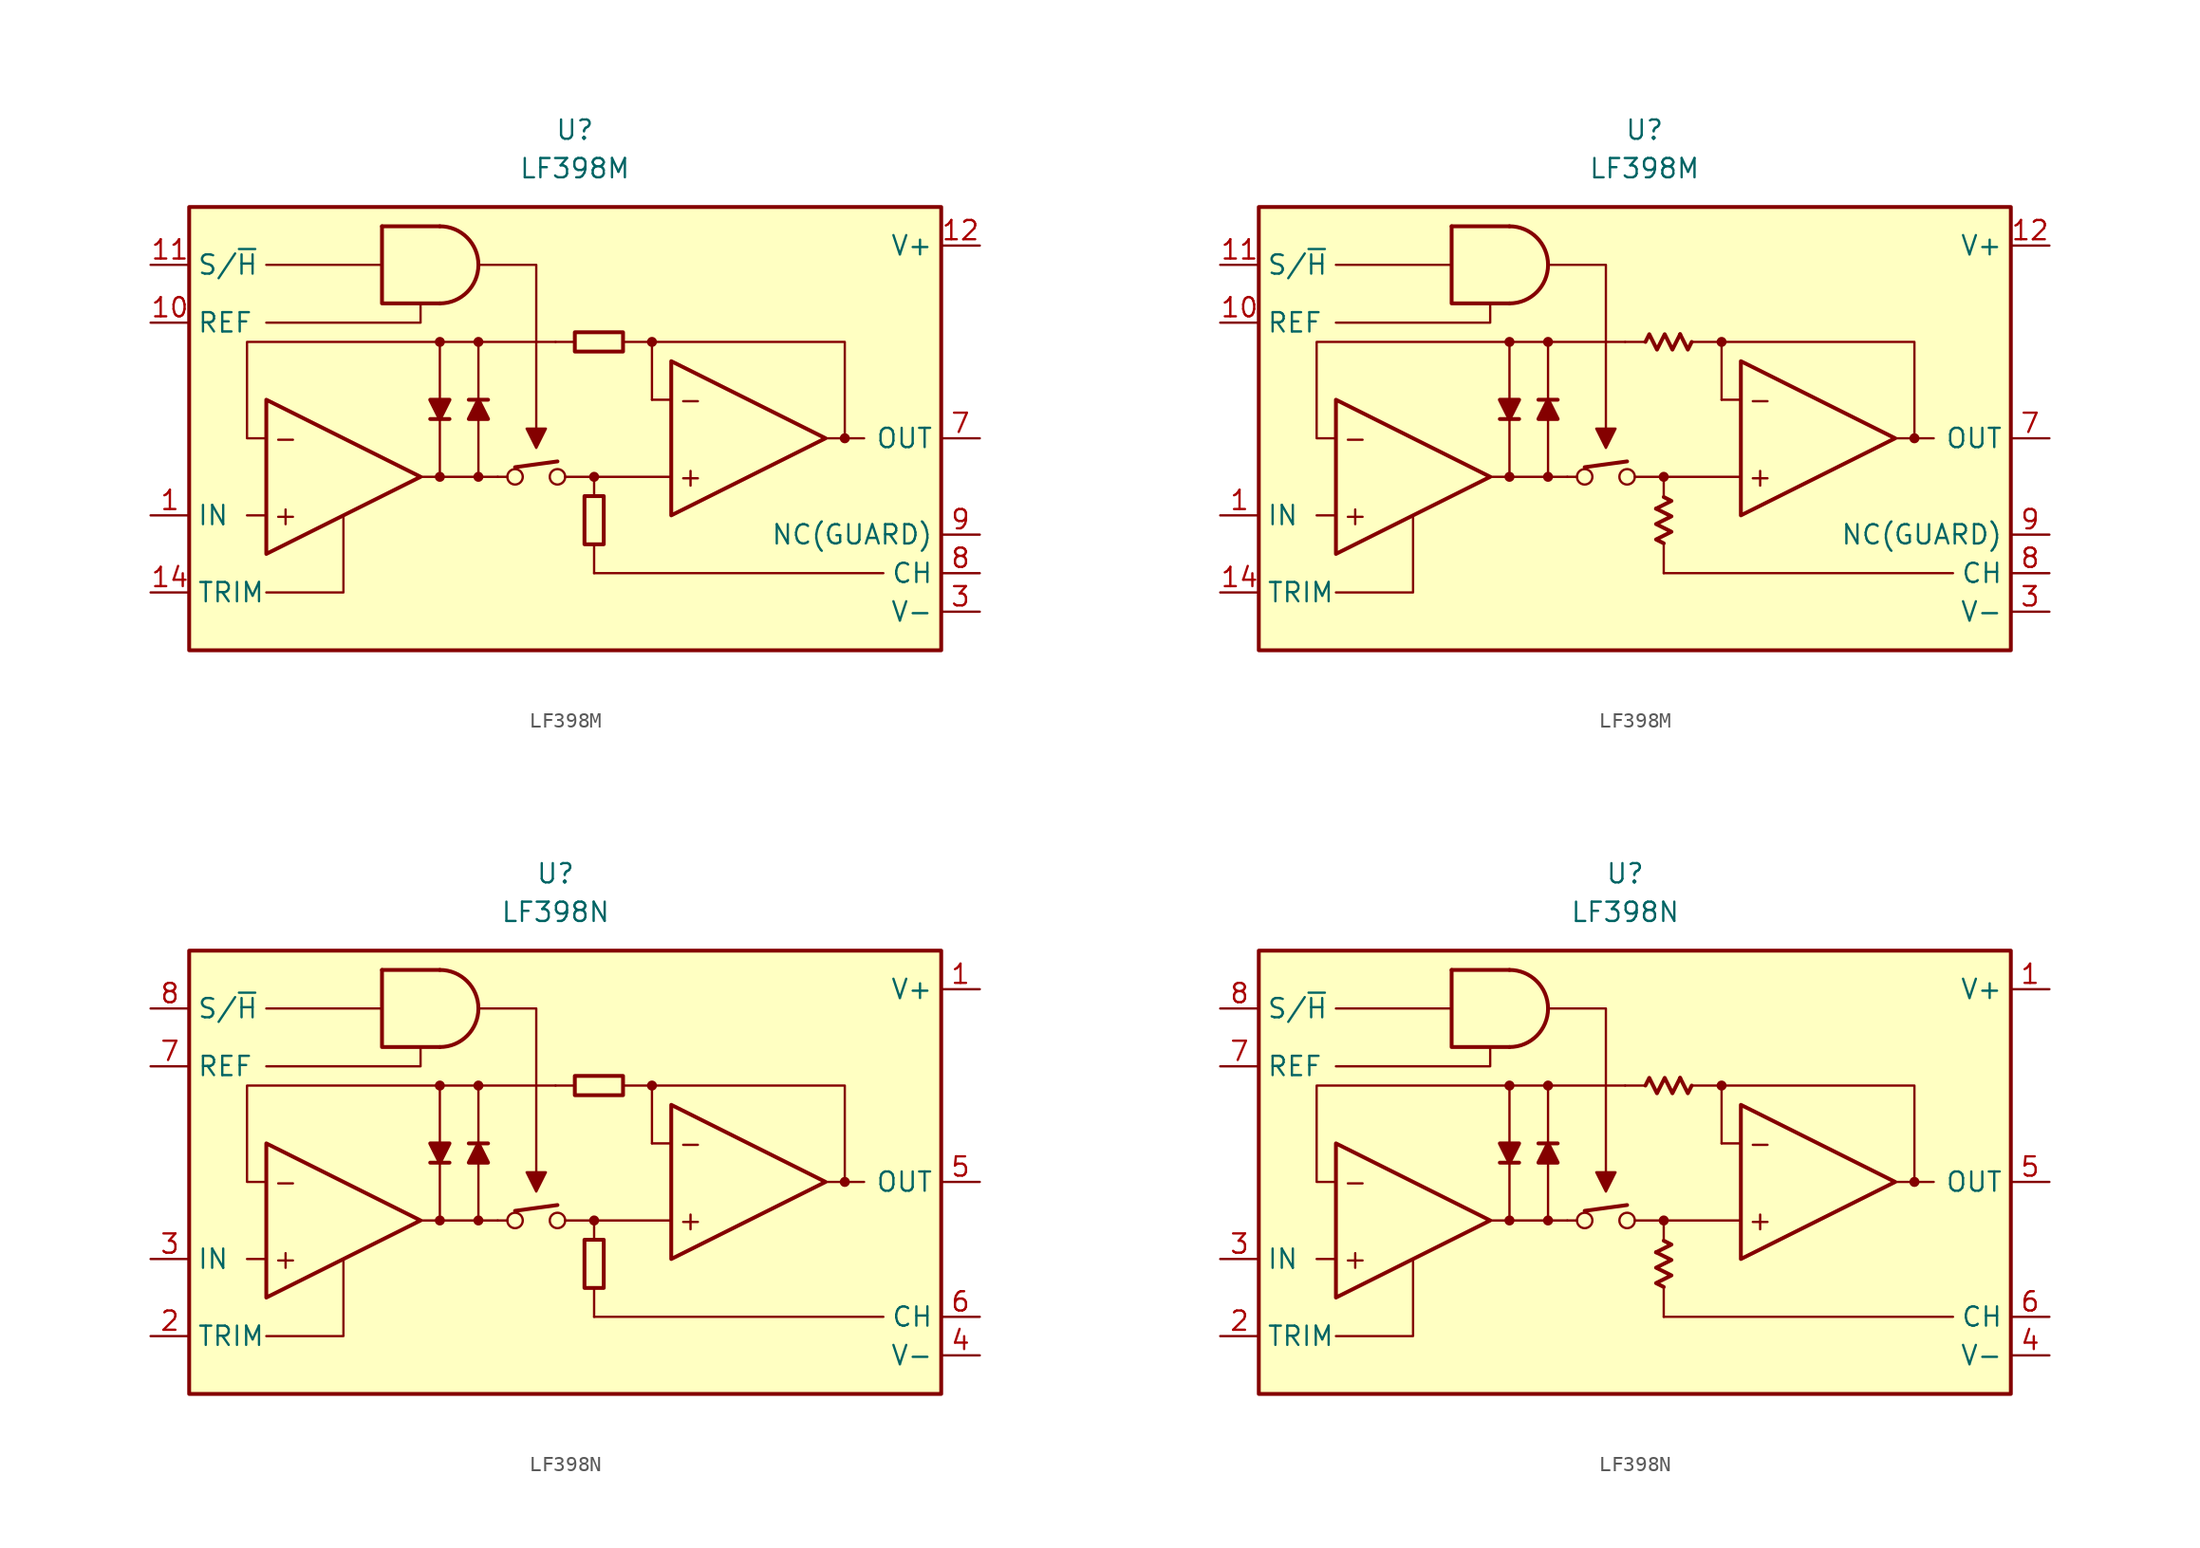
<source format=kicad_sym>
(kicad_symbol_lib
  (version 20231120)
  (generator "kicad_symbol_editor")
  (generator_version "8.0")
  (symbol "LF398M"
    (property "Reference" "U"
      (at 0 20.32 0)
      (effects (font (size 1.27 1.27))))
    (property "Value" "LF398M"
      (at 0 17.78 0)
      (effects (font (size 1.27 1.27))))
    (symbol "LF398M_0_0"
      (circle (center -8.89 -2.54) (radius 0.254) (stroke (width 0.152) (type default)) (fill (type outline)))
      (circle (center -8.89 6.35) (radius 0.254) (stroke (width 0.152) (type default)) (fill (type outline)))
      (circle (center -6.35 -2.54) (radius 0.254) (stroke (width 0.152) (type default)) (fill (type outline)))
      (circle (center -6.35 6.35) (radius 0.254) (stroke (width 0.152) (type default)) (fill (type outline)))
      (circle (center -3.937 -2.54) (radius 0.508) (stroke (width 0) (type default)) (fill (type none)))
      (circle (center -1.143 -2.54) (radius 0.508) (stroke (width 0) (type default)) (fill (type none)))
      (polyline (pts (xy -20.32 -5.08) (xy -21.59 -5.08)) (stroke (width 0.152) (type default)) (fill (type none)))
      (polyline (pts (xy -12.7 11.43) (xy -20.32 11.43)) (stroke (width 0.152) (type default)) (fill (type none)))
      (polyline (pts (xy -5.08 -2.54) (xy -4.445 -2.54)) (stroke (width 0.152) (type default)) (fill (type none)))
      (polyline (pts (xy -3.937 -1.905) (xy -1.143 -1.524)) (stroke (width 0.254) (type default)) (fill (type none)))
      (polyline (pts (xy 0 6.35) (xy -1.27 6.35)) (stroke (width 0.152) (type default)) (fill (type none)))
      (polyline (pts (xy 1.27 -6.985) (xy 1.27 -8.89)) (stroke (width 0.152) (type default)) (fill (type none)))
      (polyline (pts (xy 16.51 0) (xy 17.78 0)) (stroke (width 0.152) (type default)) (fill (type none)))
      (polyline (pts (xy 17.78 0) (xy 19.05 0)) (stroke (width 0.152) (type default)) (fill (type none)))
      (polyline (pts (xy -20.32 -10.16) (xy -15.24 -10.16) (xy -15.24 -5.08)) (stroke (width 0.152) (type default)) (fill (type none)))
      (polyline (pts (xy -10.16 8.89) (xy -10.16 7.62) (xy -20.32 7.62)) (stroke (width 0.152) (type default)) (fill (type none)))
      (polyline (pts (xy -6.35 11.43) (xy -2.54 11.43) (xy -2.54 0)) (stroke (width 0.152) (type default)) (fill (type none)))
      (polyline (pts (xy -2.54 -0.635) (xy -3.175 0.635) (xy -1.905 0.635) (xy -2.54 -0.635)) (stroke (width 0.152) (type default)) (fill (type outline)))
      (circle (center 1.27 -2.54) (radius 0.254) (stroke (width 0.152) (type default)) (fill (type outline)))
      (circle (center 5.08 6.35) (radius 0.254) (stroke (width 0.152) (type default)) (fill (type outline)))
      (circle (center 17.78 0) (radius 0.254) (stroke (width 0.152) (type default)) (fill (type outline)))
      (text "+" (at -19.05 -5.08 0) (effects (font (size 1.27 1.27))))
      (text "+" (at 7.62 -2.54 0) (effects (font (size 1.27 1.27))))
      (text "-" (at -19.05 0 0) (effects (font (size 1.27 1.27))))
      (text "-" (at 7.62 2.54 0) (effects (font (size 1.27 1.27)))))
    (symbol "LF398M_0_1"
      (rectangle (start 0 5.715) (end 3.175 6.985) (stroke (width 0.254) (type default)) (fill (type none)))
      (rectangle (start 0.635 -3.81) (end 1.905 -6.985) (stroke (width 0.254) (type default)) (fill (type none))))
    (symbol "LF398M_0_2"
      (polyline (pts (xy 0.762 -4.636) (xy 1.778 -4.128) (xy 1.27 -3.873)) (stroke (width 0.254) (type default)) (fill (type none)))
      (polyline (pts (xy 2.349 6.858) (xy 2.857 5.842) (xy 3.111 6.35)) (stroke (width 0.254) (type default)) (fill (type none)))
      (polyline (pts (xy 0.064 6.35) (xy 0.318 6.858) (xy 0.826 5.842) (xy 1.333 6.858) (xy 1.841 5.842) (xy 2.349 6.858)) (stroke (width 0.254) (type default)) (fill (type none)))
      (polyline (pts (xy 1.27 -6.921) (xy 0.762 -6.668) (xy 1.778 -6.16) (xy 0.762 -5.652) (xy 1.778 -5.144) (xy 0.762 -4.636)) (stroke (width 0.254) (type default)) (fill (type none))))
    (symbol "LF398M_1_0"
      (rectangle (start -25.4 15.24) (end 24.13 -13.97) (stroke (width 0.254) (type default)) (fill (type background)))
      (arc (start -8.89 8.89) (mid -6.361 11.43) (end -8.89 13.97) (stroke (width 0.254) (type default)) (fill (type none)))
      (polyline (pts (xy -12.7 13.97) (xy -8.89 13.97)) (stroke (width 0.254) (type default)) (fill (type none)))
      (polyline (pts (xy -9.525 1.27) (xy -8.255 1.27)) (stroke (width 0.254) (type default)) (fill (type none)))
      (polyline (pts (xy -8.89 1.27) (xy -8.89 -2.54)) (stroke (width 0.152) (type default)) (fill (type none)))
      (polyline (pts (xy -8.89 2.54) (xy -8.89 6.35)) (stroke (width 0.152) (type default)) (fill (type none)))
      (polyline (pts (xy -6.35 1.27) (xy -6.35 -2.54)) (stroke (width 0.152) (type default)) (fill (type none)))
      (polyline (pts (xy -6.35 2.54) (xy -6.35 6.35)) (stroke (width 0.152) (type default)) (fill (type none)))
      (polyline (pts (xy -5.715 2.54) (xy -6.985 2.54)) (stroke (width 0.254) (type default)) (fill (type none)))
      (polyline (pts (xy -5.08 -2.54) (xy -10.16 -2.54)) (stroke (width 0.152) (type default)) (fill (type none)))
      (polyline (pts (xy 1.27 -8.89) (xy 20.32 -8.89)) (stroke (width 0.152) (type default)) (fill (type none)))
      (polyline (pts (xy 1.27 -3.81) (xy 1.27 -2.54)) (stroke (width 0.152) (type default)) (fill (type none)))
      (polyline (pts (xy 5.08 2.54) (xy 5.08 6.35)) (stroke (width 0.152) (type default)) (fill (type none)))
      (polyline (pts (xy 6.35 -2.54) (xy -0.635 -2.54)) (stroke (width 0.152) (type default)) (fill (type none)))
      (polyline (pts (xy 6.35 2.54) (xy 5.08 2.54)) (stroke (width 0.152) (type default)) (fill (type none)))
      (polyline (pts (xy -12.7 13.97) (xy -12.7 8.89) (xy -8.89 8.89)) (stroke (width 0.254) (type default)) (fill (type none)))
      (polyline (pts (xy 3.175 6.35) (xy 17.78 6.35) (xy 17.78 0)) (stroke (width 0.152) (type default)) (fill (type none)))
      (polyline (pts (xy -20.32 2.54) (xy -20.32 -7.62) (xy -10.16 -2.54) (xy -20.32 2.54)) (stroke (width 0.254) (type default)) (fill (type none)))
      (polyline (pts (xy -8.89 1.27) (xy -9.525 2.54) (xy -8.255 2.54) (xy -8.89 1.27)) (stroke (width 0.254) (type default)) (fill (type outline)))
      (polyline (pts (xy -6.35 2.54) (xy -5.715 1.27) (xy -6.985 1.27) (xy -6.35 2.54)) (stroke (width 0.254) (type default)) (fill (type outline)))
      (polyline (pts (xy -1.27 6.35) (xy -21.59 6.35) (xy -21.59 0) (xy -20.32 0)) (stroke (width 0.152) (type default)) (fill (type none)))
      (polyline (pts (xy 6.35 5.08) (xy 6.35 -5.08) (xy 16.51 0) (xy 6.35 5.08)) (stroke (width 0.254) (type default)) (fill (type none))))
    (symbol "LF398M_1_1"
      (pin input line (at -27.94 -5.08 0) (length 2.54) (name "IN" (effects (font (size 1.27 1.27)))) (number "1" (effects (font (size 1.27 1.27)))))
      (pin input line (at -27.94 7.62 0) (length 2.54) (name "REF" (effects (font (size 1.27 1.27)))) (number "10" (effects (font (size 1.27 1.27)))))
      (pin input line (at -27.94 11.43 0) (length 2.54) (name "S/~{H}" (effects (font (size 1.27 1.27)))) (number "11" (effects (font (size 1.27 1.27)))))
      (pin power_in line (at 26.67 12.7 180) (length 2.54) (name "V+" (effects (font (size 1.27 1.27)))) (number "12" (effects (font (size 1.27 1.27)))))
      (pin free line (at 2.54 -3.81 0) (length 2.54) hide (name "NC" (effects (font (size 1.27 1.27)))) (number "13" (effects (font (size 1.27 1.27)))))
      (pin passive line (at -27.94 -10.16 0) (length 2.54) (name "TRIM" (effects (font (size 1.27 1.27)))) (number "14" (effects (font (size 1.27 1.27)))))
      (pin free line (at 2.54 6.35 0) (length 2.54) hide (name "NC" (effects (font (size 1.27 1.27)))) (number "2" (effects (font (size 1.27 1.27)))))
      (pin power_in line (at 26.67 -11.43 180) (length 2.54) (name "V-" (effects (font (size 1.27 1.27)))) (number "3" (effects (font (size 1.27 1.27)))))
      (pin free line (at 2.54 3.81 0) (length 2.54) hide (name "NC" (effects (font (size 1.27 1.27)))) (number "4" (effects (font (size 1.27 1.27)))))
      (pin free line (at 2.54 1.27 0) (length 2.54) hide (name "NC" (effects (font (size 1.27 1.27)))) (number "5" (effects (font (size 1.27 1.27)))))
      (pin free line (at 2.54 -1.27 0) (length 2.54) hide (name "NC" (effects (font (size 1.27 1.27)))) (number "6" (effects (font (size 1.27 1.27)))))
      (pin output line (at 26.67 0 180) (length 2.54) (name "OUT" (effects (font (size 1.27 1.27)))) (number "7" (effects (font (size 1.27 1.27)))))
      (pin passive line (at 26.67 -8.89 180) (length 2.54) (name "CH" (effects (font (size 1.27 1.27)))) (number "8" (effects (font (size 1.27 1.27)))))
      (pin passive line (at 26.67 -6.35 180) (length 2.54) (name "NC(GUARD)" (effects (font (size 1.27 1.27)))) (number "9" (effects (font (size 1.27 1.27))))))
    (symbol "LF398M_1_2"
      (pin input line (at -27.94 -5.08 0) (length 2.54) (name "IN" (effects (font (size 1.27 1.27)))) (number "1" (effects (font (size 1.27 1.27)))))
      (pin input line (at -27.94 7.62 0) (length 2.54) (name "REF" (effects (font (size 1.27 1.27)))) (number "10" (effects (font (size 1.27 1.27)))))
      (pin input line (at -27.94 11.43 0) (length 2.54) (name "S/~{H}" (effects (font (size 1.27 1.27)))) (number "11" (effects (font (size 1.27 1.27)))))
      (pin power_in line (at 26.67 12.7 180) (length 2.54) (name "V+" (effects (font (size 1.27 1.27)))) (number "12" (effects (font (size 1.27 1.27)))))
      (pin free line (at 2.54 -3.81 0) (length 2.54) hide (name "NC" (effects (font (size 1.27 1.27)))) (number "13" (effects (font (size 1.27 1.27)))))
      (pin passive line (at -27.94 -10.16 0) (length 2.54) (name "TRIM" (effects (font (size 1.27 1.27)))) (number "14" (effects (font (size 1.27 1.27)))))
      (pin free line (at 2.54 6.35 0) (length 2.54) hide (name "NC" (effects (font (size 1.27 1.27)))) (number "2" (effects (font (size 1.27 1.27)))))
      (pin power_in line (at 26.67 -11.43 180) (length 2.54) (name "V-" (effects (font (size 1.27 1.27)))) (number "3" (effects (font (size 1.27 1.27)))))
      (pin free line (at 2.54 3.81 0) (length 2.54) hide (name "NC" (effects (font (size 1.27 1.27)))) (number "4" (effects (font (size 1.27 1.27)))))
      (pin free line (at 2.54 1.27 0) (length 2.54) hide (name "NC" (effects (font (size 1.27 1.27)))) (number "5" (effects (font (size 1.27 1.27)))))
      (pin free line (at 2.54 -1.27 0) (length 2.54) hide (name "NC" (effects (font (size 1.27 1.27)))) (number "6" (effects (font (size 1.27 1.27)))))
      (pin output line (at 26.67 0 180) (length 2.54) (name "OUT" (effects (font (size 1.27 1.27)))) (number "7" (effects (font (size 1.27 1.27)))))
      (pin passive line (at 26.67 -8.89 180) (length 2.54) (name "CH" (effects (font (size 1.27 1.27)))) (number "8" (effects (font (size 1.27 1.27)))))
      (pin passive line (at 26.67 -6.35 180) (length 2.54) (name "NC(GUARD)" (effects (font (size 1.27 1.27)))) (number "9" (effects (font (size 1.27 1.27)))))))
  (symbol "LF398N"
    (property "Reference" "U"
      (at 0 20.32 0)
      (effects (font (size 1.27 1.27))))
    (property "Value" "LF398N"
      (at 0 17.78 0)
      (effects (font (size 1.27 1.27))))
    (symbol "LF398N_0_0"
      (circle (center -7.62 -2.54) (radius 0.254) (stroke (width 0.152) (type default)) (fill (type outline)))
      (circle (center -7.62 6.35) (radius 0.254) (stroke (width 0.152) (type default)) (fill (type outline)))
      (circle (center -5.08 -2.54) (radius 0.254) (stroke (width 0.152) (type default)) (fill (type outline)))
      (circle (center -5.08 6.35) (radius 0.254) (stroke (width 0.152) (type default)) (fill (type outline)))
      (circle (center -2.667 -2.54) (radius 0.508) (stroke (width 0) (type default)) (fill (type none)))
      (polyline (pts (xy -19.05 -5.08) (xy -20.32 -5.08)) (stroke (width 0.152) (type default)) (fill (type none)))
      (polyline (pts (xy -11.43 11.43) (xy -19.05 11.43)) (stroke (width 0.152) (type default)) (fill (type none)))
      (polyline (pts (xy -3.81 -2.54) (xy -3.175 -2.54)) (stroke (width 0.152) (type default)) (fill (type none)))
      (polyline (pts (xy -2.667 -1.905) (xy 0.127 -1.524)) (stroke (width 0.254) (type default)) (fill (type none)))
      (polyline (pts (xy 1.27 6.35) (xy 0 6.35)) (stroke (width 0.152) (type default)) (fill (type none)))
      (polyline (pts (xy 2.54 -6.985) (xy 2.54 -8.89)) (stroke (width 0.152) (type default)) (fill (type none)))
      (polyline (pts (xy 17.78 0) (xy 19.05 0)) (stroke (width 0.152) (type default)) (fill (type none)))
      (polyline (pts (xy 19.05 0) (xy 20.32 0)) (stroke (width 0.152) (type default)) (fill (type none)))
      (polyline (pts (xy -19.05 -10.16) (xy -13.97 -10.16) (xy -13.97 -5.08)) (stroke (width 0.152) (type default)) (fill (type none)))
      (polyline (pts (xy -8.89 8.89) (xy -8.89 7.62) (xy -19.05 7.62)) (stroke (width 0.152) (type default)) (fill (type none)))
      (polyline (pts (xy -5.08 11.43) (xy -1.27 11.43) (xy -1.27 0)) (stroke (width 0.152) (type default)) (fill (type none)))
      (polyline (pts (xy -1.27 -0.635) (xy -1.905 0.635) (xy -0.635 0.635) (xy -1.27 -0.635)) (stroke (width 0.152) (type default)) (fill (type outline)))
      (circle (center 0.127 -2.54) (radius 0.508) (stroke (width 0) (type default)) (fill (type none)))
      (circle (center 2.54 -2.54) (radius 0.254) (stroke (width 0.152) (type default)) (fill (type outline)))
      (circle (center 6.35 6.35) (radius 0.254) (stroke (width 0.152) (type default)) (fill (type outline)))
      (circle (center 19.05 0) (radius 0.254) (stroke (width 0.152) (type default)) (fill (type outline)))
      (text "+" (at -17.78 -5.08 0) (effects (font (size 1.27 1.27))))
      (text "+" (at 8.89 -2.54 0) (effects (font (size 1.27 1.27))))
      (text "-" (at -17.78 0 0) (effects (font (size 1.27 1.27))))
      (text "-" (at 8.89 2.54 0) (effects (font (size 1.27 1.27)))))
    (symbol "LF398N_0_1"
      (rectangle (start 1.27 5.715) (end 4.445 6.985) (stroke (width 0.254) (type default)) (fill (type none)))
      (rectangle (start 1.905 -3.81) (end 3.175 -6.985) (stroke (width 0.254) (type default)) (fill (type none))))
    (symbol "LF398N_0_2"
      (polyline (pts (xy 2.032 -4.636) (xy 3.048 -4.128) (xy 2.54 -3.873)) (stroke (width 0.254) (type default)) (fill (type none)))
      (polyline (pts (xy 3.619 6.858) (xy 4.128 5.842) (xy 4.381 6.35)) (stroke (width 0.254) (type default)) (fill (type none)))
      (polyline (pts (xy 1.333 6.35) (xy 1.587 6.858) (xy 2.095 5.842) (xy 2.603 6.858) (xy 3.111 5.842) (xy 3.619 6.858)) (stroke (width 0.254) (type default)) (fill (type none)))
      (polyline (pts (xy 2.54 -6.921) (xy 2.032 -6.668) (xy 3.048 -6.16) (xy 2.032 -5.652) (xy 3.048 -5.144) (xy 2.032 -4.636)) (stroke (width 0.254) (type default)) (fill (type none))))
    (symbol "LF398N_1_0"
      (rectangle (start -24.13 15.24) (end 25.4 -13.97) (stroke (width 0.254) (type default)) (fill (type background)))
      (arc (start -7.62 8.89) (mid -5.091 11.43) (end -7.62 13.97) (stroke (width 0.254) (type default)) (fill (type none)))
      (polyline (pts (xy -11.43 13.97) (xy -7.62 13.97)) (stroke (width 0.254) (type default)) (fill (type none)))
      (polyline (pts (xy -8.255 1.27) (xy -6.985 1.27)) (stroke (width 0.254) (type default)) (fill (type none)))
      (polyline (pts (xy -7.62 1.27) (xy -7.62 -2.54)) (stroke (width 0.152) (type default)) (fill (type none)))
      (polyline (pts (xy -7.62 2.54) (xy -7.62 6.35)) (stroke (width 0.152) (type default)) (fill (type none)))
      (polyline (pts (xy -5.08 1.27) (xy -5.08 -2.54)) (stroke (width 0.152) (type default)) (fill (type none)))
      (polyline (pts (xy -5.08 2.54) (xy -5.08 6.35)) (stroke (width 0.152) (type default)) (fill (type none)))
      (polyline (pts (xy -4.445 2.54) (xy -5.715 2.54)) (stroke (width 0.254) (type default)) (fill (type none)))
      (polyline (pts (xy -3.81 -2.54) (xy -8.89 -2.54)) (stroke (width 0.152) (type default)) (fill (type none)))
      (polyline (pts (xy 2.54 -8.89) (xy 21.59 -8.89)) (stroke (width 0.152) (type default)) (fill (type none)))
      (polyline (pts (xy 2.54 -3.81) (xy 2.54 -2.54)) (stroke (width 0.152) (type default)) (fill (type none)))
      (polyline (pts (xy 6.35 2.54) (xy 6.35 6.35)) (stroke (width 0.152) (type default)) (fill (type none)))
      (polyline (pts (xy 7.62 -2.54) (xy 0.635 -2.54)) (stroke (width 0.152) (type default)) (fill (type none)))
      (polyline (pts (xy 7.62 2.54) (xy 6.35 2.54)) (stroke (width 0.152) (type default)) (fill (type none)))
      (polyline (pts (xy -11.43 13.97) (xy -11.43 8.89) (xy -7.62 8.89)) (stroke (width 0.254) (type default)) (fill (type none)))
      (polyline (pts (xy 4.445 6.35) (xy 19.05 6.35) (xy 19.05 0)) (stroke (width 0.152) (type default)) (fill (type none)))
      (polyline (pts (xy -19.05 2.54) (xy -19.05 -7.62) (xy -8.89 -2.54) (xy -19.05 2.54)) (stroke (width 0.254) (type default)) (fill (type none)))
      (polyline (pts (xy -7.62 1.27) (xy -8.255 2.54) (xy -6.985 2.54) (xy -7.62 1.27)) (stroke (width 0.254) (type default)) (fill (type outline)))
      (polyline (pts (xy -5.08 2.54) (xy -4.445 1.27) (xy -5.715 1.27) (xy -5.08 2.54)) (stroke (width 0.254) (type default)) (fill (type outline)))
      (polyline (pts (xy 0 6.35) (xy -20.32 6.35) (xy -20.32 0) (xy -19.05 0)) (stroke (width 0.152) (type default)) (fill (type none)))
      (polyline (pts (xy 7.62 5.08) (xy 7.62 -5.08) (xy 17.78 0) (xy 7.62 5.08)) (stroke (width 0.254) (type default)) (fill (type none))))
    (symbol "LF398N_1_1"
      (pin power_in line (at 27.94 12.7 180) (length 2.54) (name "V+" (effects (font (size 1.27 1.27)))) (number "1" (effects (font (size 1.27 1.27)))))
      (pin passive line (at -26.67 -10.16 0) (length 2.54) (name "TRIM" (effects (font (size 1.27 1.27)))) (number "2" (effects (font (size 1.27 1.27)))))
      (pin input line (at -26.67 -5.08 0) (length 2.54) (name "IN" (effects (font (size 1.27 1.27)))) (number "3" (effects (font (size 1.27 1.27)))))
      (pin power_in line (at 27.94 -11.43 180) (length 2.54) (name "V-" (effects (font (size 1.27 1.27)))) (number "4" (effects (font (size 1.27 1.27)))))
      (pin output line (at 27.94 0 180) (length 2.54) (name "OUT" (effects (font (size 1.27 1.27)))) (number "5" (effects (font (size 1.27 1.27)))))
      (pin passive line (at 27.94 -8.89 180) (length 2.54) (name "CH" (effects (font (size 1.27 1.27)))) (number "6" (effects (font (size 1.27 1.27)))))
      (pin input line (at -26.67 7.62 0) (length 2.54) (name "REF" (effects (font (size 1.27 1.27)))) (number "7" (effects (font (size 1.27 1.27)))))
      (pin input line (at -26.67 11.43 0) (length 2.54) (name "S/~{H}" (effects (font (size 1.27 1.27)))) (number "8" (effects (font (size 1.27 1.27))))))
    (symbol "LF398N_1_2"
      (pin power_in line (at 27.94 12.7 180) (length 2.54) (name "V+" (effects (font (size 1.27 1.27)))) (number "1" (effects (font (size 1.27 1.27)))))
      (pin passive line (at -26.67 -10.16 0) (length 2.54) (name "TRIM" (effects (font (size 1.27 1.27)))) (number "2" (effects (font (size 1.27 1.27)))))
      (pin input line (at -26.67 -5.08 0) (length 2.54) (name "IN" (effects (font (size 1.27 1.27)))) (number "3" (effects (font (size 1.27 1.27)))))
      (pin power_in line (at 27.94 -11.43 180) (length 2.54) (name "V-" (effects (font (size 1.27 1.27)))) (number "4" (effects (font (size 1.27 1.27)))))
      (pin output line (at 27.94 0 180) (length 2.54) (name "OUT" (effects (font (size 1.27 1.27)))) (number "5" (effects (font (size 1.27 1.27)))))
      (pin passive line (at 27.94 -8.89 180) (length 2.54) (name "CH" (effects (font (size 1.27 1.27)))) (number "6" (effects (font (size 1.27 1.27)))))
      (pin input line (at -26.67 7.62 0) (length 2.54) (name "REF" (effects (font (size 1.27 1.27)))) (number "7" (effects (font (size 1.27 1.27)))))
      (pin input line (at -26.67 11.43 0) (length 2.54) (name "S/~{H}" (effects (font (size 1.27 1.27)))) (number "8" (effects (font (size 1.27 1.27))))))))
</source>
